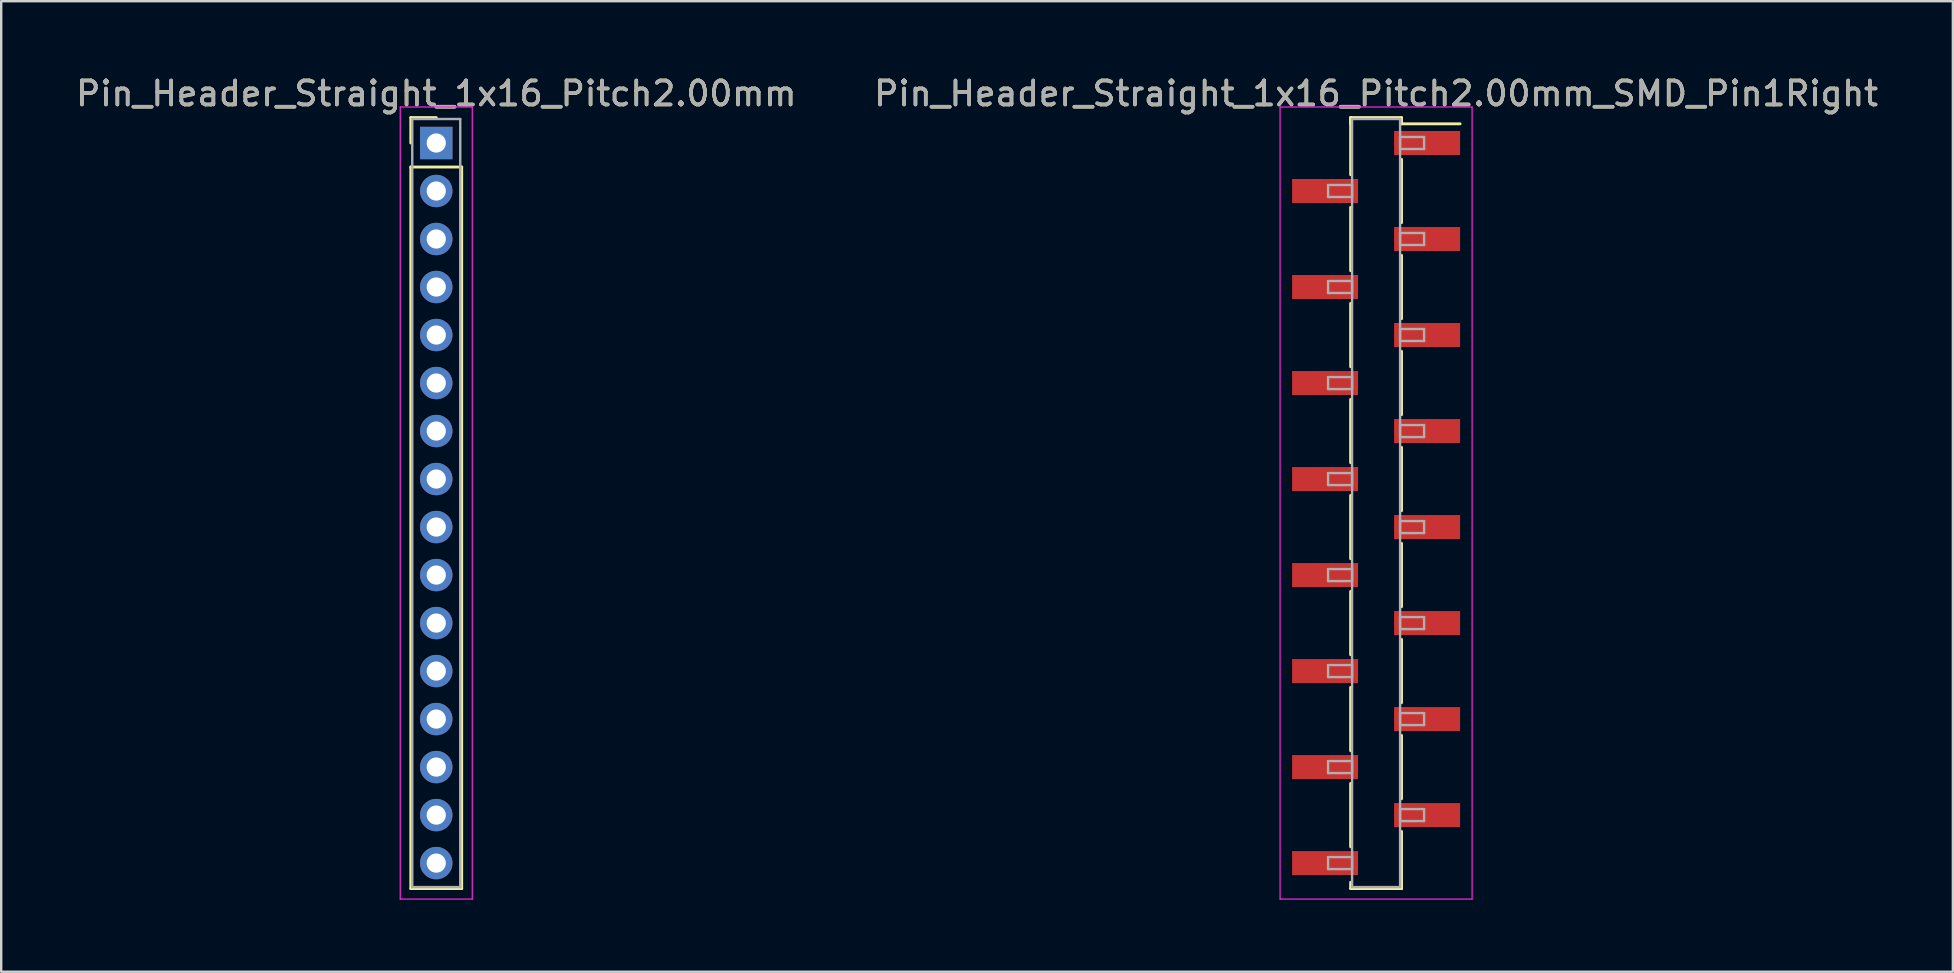
<source format=kicad_pcb>
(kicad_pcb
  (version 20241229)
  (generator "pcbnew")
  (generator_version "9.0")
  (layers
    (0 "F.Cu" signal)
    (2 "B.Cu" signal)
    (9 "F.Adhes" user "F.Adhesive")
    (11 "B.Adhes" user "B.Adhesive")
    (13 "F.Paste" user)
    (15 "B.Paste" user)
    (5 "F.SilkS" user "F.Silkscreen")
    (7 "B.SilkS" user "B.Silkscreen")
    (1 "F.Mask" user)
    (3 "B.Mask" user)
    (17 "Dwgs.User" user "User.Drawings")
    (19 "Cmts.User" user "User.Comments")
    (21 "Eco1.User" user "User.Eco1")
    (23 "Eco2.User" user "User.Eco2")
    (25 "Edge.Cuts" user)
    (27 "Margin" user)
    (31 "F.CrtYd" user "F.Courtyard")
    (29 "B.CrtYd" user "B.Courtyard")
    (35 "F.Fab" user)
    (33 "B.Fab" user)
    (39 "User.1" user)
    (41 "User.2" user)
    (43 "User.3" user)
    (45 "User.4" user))
  (footprint "Pin_Header_Straight_1x16_Pitch2.00mm"
    (layer "F.Cu")
    (at 15.125 2.908)
    (property "Reference" "Pin_Header_Straight_1x16_Pitch2.00mm" (at 0 -2.06 0) (layer "F.SilkS") (effects (font (size 1 1) (thickness 0.15))))
    (attr through_hole)
    (fp_line (start -1.06 -1.06) (end 0 -1.06) (stroke (width 0.12) (type solid)) (layer "F.SilkS"))
    (fp_line (start -1.06 0) (end -1.06 -1.06) (stroke (width 0.12) (type solid)) (layer "F.SilkS"))
    (fp_line (start -1.06 1) (end -1.06 31.06) (stroke (width 0.12) (type solid)) (layer "F.SilkS"))
    (fp_line (start -1.06 31.06) (end 1.06 31.06) (stroke (width 0.12) (type solid)) (layer "F.SilkS"))
    (fp_line (start 1.06 1) (end -1.06 1) (stroke (width 0.12) (type solid)) (layer "F.SilkS"))
    (fp_line (start 1.06 31.06) (end 1.06 1) (stroke (width 0.12) (type solid)) (layer "F.SilkS"))
    (fp_line (start -1.5 -1.5) (end -1.5 31.5) (stroke (width 0.05) (type solid)) (layer "F.CrtYd"))
    (fp_line (start -1.5 31.5) (end 1.5 31.5) (stroke (width 0.05) (type solid)) (layer "F.CrtYd"))
    (fp_line (start 1.5 -1.5) (end -1.5 -1.5) (stroke (width 0.05) (type solid)) (layer "F.CrtYd"))
    (fp_line (start 1.5 31.5) (end 1.5 -1.5) (stroke (width 0.05) (type solid)) (layer "F.CrtYd"))
    (fp_line (start -1 -1) (end -1 31) (stroke (width 0.1) (type solid)) (layer "F.Fab"))
    (fp_line (start -1 31) (end 1 31) (stroke (width 0.1) (type solid)) (layer "F.Fab"))
    (fp_line (start 1 -1) (end -1 -1) (stroke (width 0.1) (type solid)) (layer "F.Fab"))
    (fp_line (start 1 31) (end 1 -1) (stroke (width 0.1) (type solid)) (layer "F.Fab"))
    (fp_text user "${REFERENCE}" (at 0 -2.06 0) (layer "F.Fab") (effects (font (size 1 1) (thickness 0.15))))
    (pad "1" thru_hole rect (at 0 0) (size 1.35 1.35) (drill 0.8) (layers "*.Cu" "*.Mask"))
    (pad "2" thru_hole oval (at 0 2) (size 1.35 1.35) (drill 0.8) (layers "*.Cu" "*.Mask"))
    (pad "3" thru_hole oval (at 0 4) (size 1.35 1.35) (drill 0.8) (layers "*.Cu" "*.Mask"))
    (pad "4" thru_hole oval (at 0 6) (size 1.35 1.35) (drill 0.8) (layers "*.Cu" "*.Mask"))
    (pad "5" thru_hole oval (at 0 8) (size 1.35 1.35) (drill 0.8) (layers "*.Cu" "*.Mask"))
    (pad "6" thru_hole oval (at 0 10) (size 1.35 1.35) (drill 0.8) (layers "*.Cu" "*.Mask"))
    (pad "7" thru_hole oval (at 0 12) (size 1.35 1.35) (drill 0.8) (layers "*.Cu" "*.Mask"))
    (pad "8" thru_hole oval (at 0 14) (size 1.35 1.35) (drill 0.8) (layers "*.Cu" "*.Mask"))
    (pad "9" thru_hole oval (at 0 16) (size 1.35 1.35) (drill 0.8) (layers "*.Cu" "*.Mask"))
    (pad "10" thru_hole oval (at 0 18) (size 1.35 1.35) (drill 0.8) (layers "*.Cu" "*.Mask"))
    (pad "11" thru_hole oval (at 0 20) (size 1.35 1.35) (drill 0.8) (layers "*.Cu" "*.Mask"))
    (pad "12" thru_hole oval (at 0 22) (size 1.35 1.35) (drill 0.8) (layers "*.Cu" "*.Mask"))
    (pad "13" thru_hole oval (at 0 24) (size 1.35 1.35) (drill 0.8) (layers "*.Cu" "*.Mask"))
    (pad "14" thru_hole oval (at 0 26) (size 1.35 1.35) (drill 0.8) (layers "*.Cu" "*.Mask"))
    (pad "15" thru_hole oval (at 0 28) (size 1.35 1.35) (drill 0.8) (layers "*.Cu" "*.Mask"))
    (pad "16" thru_hole oval (at 0 30) (size 1.35 1.35) (drill 0.8) (layers "*.Cu" "*.Mask")))
  (footprint "Pin_Header_Straight_1x16_Pitch2.00mm_SMD_Pin1Right"
    (layer "F.Cu")
    (at 54.28 17.908)
    (property "Reference" "Pin_Header_Straight_1x16_Pitch2.00mm_SMD_Pin1Right" (at 0 -17.06 0) (layer "F.SilkS") (effects (font (size 1 1) (thickness 0.15))))
    (attr smd)
    (fp_line (start -1.06 -16.06) (end -1.06 -13.68) (stroke (width 0.12) (type solid)) (layer "F.SilkS"))
    (fp_line (start -1.06 -16.06) (end 1.06 -16.06) (stroke (width 0.12) (type solid)) (layer "F.SilkS"))
    (fp_line (start -1.06 -15.8) (end -1.06 -16.06) (stroke (width 0.12) (type solid)) (layer "F.SilkS"))
    (fp_line (start -1.06 -12.32) (end -1.06 -9.68) (stroke (width 0.12) (type solid)) (layer "F.SilkS"))
    (fp_line (start -1.06 -8.32) (end -1.06 -5.68) (stroke (width 0.12) (type solid)) (layer "F.SilkS"))
    (fp_line (start -1.06 -4.32) (end -1.06 -1.68) (stroke (width 0.12) (type solid)) (layer "F.SilkS"))
    (fp_line (start -1.06 -0.32) (end -1.06 2.32) (stroke (width 0.12) (type solid)) (layer "F.SilkS"))
    (fp_line (start -1.06 3.68) (end -1.06 6.32) (stroke (width 0.12) (type solid)) (layer "F.SilkS"))
    (fp_line (start -1.06 7.68) (end -1.06 10.32) (stroke (width 0.12) (type solid)) (layer "F.SilkS"))
    (fp_line (start -1.06 11.68) (end -1.06 14.32) (stroke (width 0.12) (type solid)) (layer "F.SilkS"))
    (fp_line (start -1.06 15.8) (end -1.06 16.06) (stroke (width 0.12) (type solid)) (layer "F.SilkS"))
    (fp_line (start -1.06 16.06) (end 1.06 16.06) (stroke (width 0.12) (type solid)) (layer "F.SilkS"))
    (fp_line (start 1.06 -16.06) (end 1.06 -15.8) (stroke (width 0.12) (type solid)) (layer "F.SilkS"))
    (fp_line (start 1.06 -15.8) (end 3.5 -15.8) (stroke (width 0.12) (type solid)) (layer "F.SilkS"))
    (fp_line (start 1.06 -14.32) (end 1.06 -11.68) (stroke (width 0.12) (type solid)) (layer "F.SilkS"))
    (fp_line (start 1.06 -10.32) (end 1.06 -7.68) (stroke (width 0.12) (type solid)) (layer "F.SilkS"))
    (fp_line (start 1.06 -6.32) (end 1.06 -3.68) (stroke (width 0.12) (type solid)) (layer "F.SilkS"))
    (fp_line (start 1.06 -2.32) (end 1.06 0.32) (stroke (width 0.12) (type solid)) (layer "F.SilkS"))
    (fp_line (start 1.06 1.68) (end 1.06 4.32) (stroke (width 0.12) (type solid)) (layer "F.SilkS"))
    (fp_line (start 1.06 5.68) (end 1.06 8.32) (stroke (width 0.12) (type solid)) (layer "F.SilkS"))
    (fp_line (start 1.06 9.68) (end 1.06 12.32) (stroke (width 0.12) (type solid)) (layer "F.SilkS"))
    (fp_line (start 1.06 13.68) (end 1.06 16.06) (stroke (width 0.12) (type solid)) (layer "F.SilkS"))
    (fp_line (start 1.06 16.06) (end 1.06 15.8) (stroke (width 0.12) (type solid)) (layer "F.SilkS"))
    (fp_line (start -4 -16.5) (end -4 16.5) (stroke (width 0.05) (type solid)) (layer "F.CrtYd"))
    (fp_line (start -4 16.5) (end 4 16.5) (stroke (width 0.05) (type solid)) (layer "F.CrtYd"))
    (fp_line (start 4 -16.5) (end -4 -16.5) (stroke (width 0.05) (type solid)) (layer "F.CrtYd"))
    (fp_line (start 4 16.5) (end 4 -16.5) (stroke (width 0.05) (type solid)) (layer "F.CrtYd"))
    (fp_line (start -2 -13.25) (end -1 -13.25) (stroke (width 0.1) (type solid)) (layer "F.Fab"))
    (fp_line (start -2 -12.75) (end -2 -13.25) (stroke (width 0.1) (type solid)) (layer "F.Fab"))
    (fp_line (start -2 -9.25) (end -1 -9.25) (stroke (width 0.1) (type solid)) (layer "F.Fab"))
    (fp_line (start -2 -8.75) (end -2 -9.25) (stroke (width 0.1) (type solid)) (layer "F.Fab"))
    (fp_line (start -2 -5.25) (end -1 -5.25) (stroke (width 0.1) (type solid)) (layer "F.Fab"))
    (fp_line (start -2 -4.75) (end -2 -5.25) (stroke (width 0.1) (type solid)) (layer "F.Fab"))
    (fp_line (start -2 -1.25) (end -1 -1.25) (stroke (width 0.1) (type solid)) (layer "F.Fab"))
    (fp_line (start -2 -0.75) (end -2 -1.25) (stroke (width 0.1) (type solid)) (layer "F.Fab"))
    (fp_line (start -2 2.75) (end -1 2.75) (stroke (width 0.1) (type solid)) (layer "F.Fab"))
    (fp_line (start -2 3.25) (end -2 2.75) (stroke (width 0.1) (type solid)) (layer "F.Fab"))
    (fp_line (start -2 6.75) (end -1 6.75) (stroke (width 0.1) (type solid)) (layer "F.Fab"))
    (fp_line (start -2 7.25) (end -2 6.75) (stroke (width 0.1) (type solid)) (layer "F.Fab"))
    (fp_line (start -2 10.75) (end -1 10.75) (stroke (width 0.1) (type solid)) (layer "F.Fab"))
    (fp_line (start -2 11.25) (end -2 10.75) (stroke (width 0.1) (type solid)) (layer "F.Fab"))
    (fp_line (start -2 14.75) (end -1 14.75) (stroke (width 0.1) (type solid)) (layer "F.Fab"))
    (fp_line (start -2 15.25) (end -2 14.75) (stroke (width 0.1) (type solid)) (layer "F.Fab"))
    (fp_line (start -1 -16) (end -1 16) (stroke (width 0.1) (type solid)) (layer "F.Fab"))
    (fp_line (start -1 -13.25) (end -1 -12.75) (stroke (width 0.1) (type solid)) (layer "F.Fab"))
    (fp_line (start -1 -12.75) (end -2 -12.75) (stroke (width 0.1) (type solid)) (layer "F.Fab"))
    (fp_line (start -1 -9.25) (end -1 -8.75) (stroke (width 0.1) (type solid)) (layer "F.Fab"))
    (fp_line (start -1 -8.75) (end -2 -8.75) (stroke (width 0.1) (type solid)) (layer "F.Fab"))
    (fp_line (start -1 -5.25) (end -1 -4.75) (stroke (width 0.1) (type solid)) (layer "F.Fab"))
    (fp_line (start -1 -4.75) (end -2 -4.75) (stroke (width 0.1) (type solid)) (layer "F.Fab"))
    (fp_line (start -1 -1.25) (end -1 -0.75) (stroke (width 0.1) (type solid)) (layer "F.Fab"))
    (fp_line (start -1 -0.75) (end -2 -0.75) (stroke (width 0.1) (type solid)) (layer "F.Fab"))
    (fp_line (start -1 2.75) (end -1 3.25) (stroke (width 0.1) (type solid)) (layer "F.Fab"))
    (fp_line (start -1 3.25) (end -2 3.25) (stroke (width 0.1) (type solid)) (layer "F.Fab"))
    (fp_line (start -1 6.75) (end -1 7.25) (stroke (width 0.1) (type solid)) (layer "F.Fab"))
    (fp_line (start -1 7.25) (end -2 7.25) (stroke (width 0.1) (type solid)) (layer "F.Fab"))
    (fp_line (start -1 10.75) (end -1 11.25) (stroke (width 0.1) (type solid)) (layer "F.Fab"))
    (fp_line (start -1 11.25) (end -2 11.25) (stroke (width 0.1) (type solid)) (layer "F.Fab"))
    (fp_line (start -1 14.75) (end -1 15.25) (stroke (width 0.1) (type solid)) (layer "F.Fab"))
    (fp_line (start -1 15.25) (end -2 15.25) (stroke (width 0.1) (type solid)) (layer "F.Fab"))
    (fp_line (start -1 16) (end 1 16) (stroke (width 0.1) (type solid)) (layer "F.Fab"))
    (fp_line (start 1 -16) (end -1 -16) (stroke (width 0.1) (type solid)) (layer "F.Fab"))
    (fp_line (start 1 -15.25) (end 1 -14.75) (stroke (width 0.1) (type solid)) (layer "F.Fab"))
    (fp_line (start 1 -14.75) (end 2 -14.75) (stroke (width 0.1) (type solid)) (layer "F.Fab"))
    (fp_line (start 1 -11.25) (end 1 -10.75) (stroke (width 0.1) (type solid)) (layer "F.Fab"))
    (fp_line (start 1 -10.75) (end 2 -10.75) (stroke (width 0.1) (type solid)) (layer "F.Fab"))
    (fp_line (start 1 -7.25) (end 1 -6.75) (stroke (width 0.1) (type solid)) (layer "F.Fab"))
    (fp_line (start 1 -6.75) (end 2 -6.75) (stroke (width 0.1) (type solid)) (layer "F.Fab"))
    (fp_line (start 1 -3.25) (end 1 -2.75) (stroke (width 0.1) (type solid)) (layer "F.Fab"))
    (fp_line (start 1 -2.75) (end 2 -2.75) (stroke (width 0.1) (type solid)) (layer "F.Fab"))
    (fp_line (start 1 0.75) (end 1 1.25) (stroke (width 0.1) (type solid)) (layer "F.Fab"))
    (fp_line (start 1 1.25) (end 2 1.25) (stroke (width 0.1) (type solid)) (layer "F.Fab"))
    (fp_line (start 1 4.75) (end 1 5.25) (stroke (width 0.1) (type solid)) (layer "F.Fab"))
    (fp_line (start 1 5.25) (end 2 5.25) (stroke (width 0.1) (type solid)) (layer "F.Fab"))
    (fp_line (start 1 8.75) (end 1 9.25) (stroke (width 0.1) (type solid)) (layer "F.Fab"))
    (fp_line (start 1 9.25) (end 2 9.25) (stroke (width 0.1) (type solid)) (layer "F.Fab"))
    (fp_line (start 1 12.75) (end 1 13.25) (stroke (width 0.1) (type solid)) (layer "F.Fab"))
    (fp_line (start 1 13.25) (end 2 13.25) (stroke (width 0.1) (type solid)) (layer "F.Fab"))
    (fp_line (start 1 16) (end 1 -16) (stroke (width 0.1) (type solid)) (layer "F.Fab"))
    (fp_line (start 2 -15.25) (end 1 -15.25) (stroke (width 0.1) (type solid)) (layer "F.Fab"))
    (fp_line (start 2 -14.75) (end 2 -15.25) (stroke (width 0.1) (type solid)) (layer "F.Fab"))
    (fp_line (start 2 -11.25) (end 1 -11.25) (stroke (width 0.1) (type solid)) (layer "F.Fab"))
    (fp_line (start 2 -10.75) (end 2 -11.25) (stroke (width 0.1) (type solid)) (layer "F.Fab"))
    (fp_line (start 2 -7.25) (end 1 -7.25) (stroke (width 0.1) (type solid)) (layer "F.Fab"))
    (fp_line (start 2 -6.75) (end 2 -7.25) (stroke (width 0.1) (type solid)) (layer "F.Fab"))
    (fp_line (start 2 -3.25) (end 1 -3.25) (stroke (width 0.1) (type solid)) (layer "F.Fab"))
    (fp_line (start 2 -2.75) (end 2 -3.25) (stroke (width 0.1) (type solid)) (layer "F.Fab"))
    (fp_line (start 2 0.75) (end 1 0.75) (stroke (width 0.1) (type solid)) (layer "F.Fab"))
    (fp_line (start 2 1.25) (end 2 0.75) (stroke (width 0.1) (type solid)) (layer "F.Fab"))
    (fp_line (start 2 4.75) (end 1 4.75) (stroke (width 0.1) (type solid)) (layer "F.Fab"))
    (fp_line (start 2 5.25) (end 2 4.75) (stroke (width 0.1) (type solid)) (layer "F.Fab"))
    (fp_line (start 2 8.75) (end 1 8.75) (stroke (width 0.1) (type solid)) (layer "F.Fab"))
    (fp_line (start 2 9.25) (end 2 8.75) (stroke (width 0.1) (type solid)) (layer "F.Fab"))
    (fp_line (start 2 12.75) (end 1 12.75) (stroke (width 0.1) (type solid)) (layer "F.Fab"))
    (fp_line (start 2 13.25) (end 2 12.75) (stroke (width 0.1) (type solid)) (layer "F.Fab"))
    (fp_text user "${REFERENCE}" (at 0 -17.06 0) (layer "F.Fab") (effects (font (size 1 1) (thickness 0.15))))
    (pad "1" smd rect (at 2.125 -15) (size 2.75 1) (layers "F.Cu" "F.Mask" "F.Paste"))
    (pad "2" smd rect (at -2.125 -13) (size 2.75 1) (layers "F.Cu" "F.Mask" "F.Paste"))
    (pad "3" smd rect (at 2.125 -11) (size 2.75 1) (layers "F.Cu" "F.Mask" "F.Paste"))
    (pad "4" smd rect (at -2.125 -9) (size 2.75 1) (layers "F.Cu" "F.Mask" "F.Paste"))
    (pad "5" smd rect (at 2.125 -7) (size 2.75 1) (layers "F.Cu" "F.Mask" "F.Paste"))
    (pad "6" smd rect (at -2.125 -5) (size 2.75 1) (layers "F.Cu" "F.Mask" "F.Paste"))
    (pad "7" smd rect (at 2.125 -3) (size 2.75 1) (layers "F.Cu" "F.Mask" "F.Paste"))
    (pad "8" smd rect (at -2.125 -1) (size 2.75 1) (layers "F.Cu" "F.Mask" "F.Paste"))
    (pad "9" smd rect (at 2.125 1) (size 2.75 1) (layers "F.Cu" "F.Mask" "F.Paste"))
    (pad "10" smd rect (at -2.125 3) (size 2.75 1) (layers "F.Cu" "F.Mask" "F.Paste"))
    (pad "11" smd rect (at 2.125 5) (size 2.75 1) (layers "F.Cu" "F.Mask" "F.Paste"))
    (pad "12" smd rect (at -2.125 7) (size 2.75 1) (layers "F.Cu" "F.Mask" "F.Paste"))
    (pad "13" smd rect (at 2.125 9) (size 2.75 1) (layers "F.Cu" "F.Mask" "F.Paste"))
    (pad "14" smd rect (at -2.125 11) (size 2.75 1) (layers "F.Cu" "F.Mask" "F.Paste"))
    (pad "15" smd rect (at 2.125 13) (size 2.75 1) (layers "F.Cu" "F.Mask" "F.Paste"))
    (pad "16" smd rect (at -2.125 15) (size 2.75 1) (layers "F.Cu" "F.Mask" "F.Paste")))
  (gr_rect
    (start -3 -3)
    (end 78.31 37.433)
    (stroke (width 0.1) (type default))
    (fill no)
    (layer "Edge.Cuts")))
</source>
